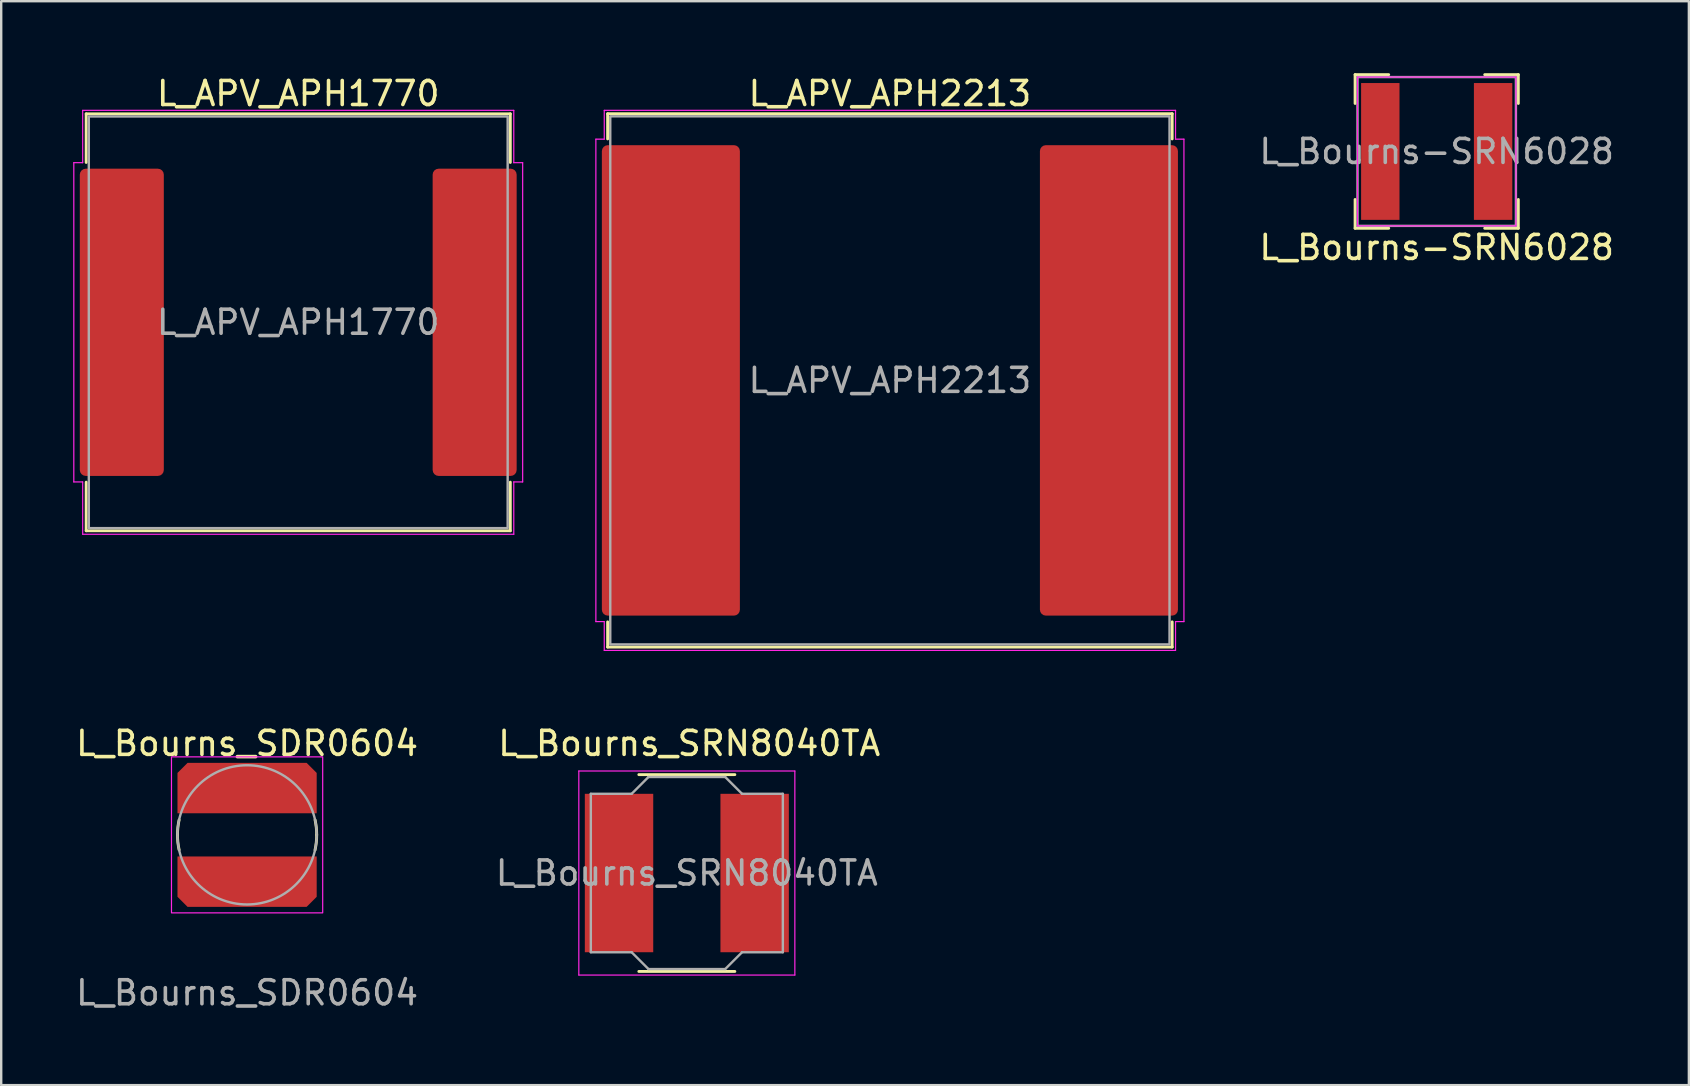
<source format=kicad_pcb>
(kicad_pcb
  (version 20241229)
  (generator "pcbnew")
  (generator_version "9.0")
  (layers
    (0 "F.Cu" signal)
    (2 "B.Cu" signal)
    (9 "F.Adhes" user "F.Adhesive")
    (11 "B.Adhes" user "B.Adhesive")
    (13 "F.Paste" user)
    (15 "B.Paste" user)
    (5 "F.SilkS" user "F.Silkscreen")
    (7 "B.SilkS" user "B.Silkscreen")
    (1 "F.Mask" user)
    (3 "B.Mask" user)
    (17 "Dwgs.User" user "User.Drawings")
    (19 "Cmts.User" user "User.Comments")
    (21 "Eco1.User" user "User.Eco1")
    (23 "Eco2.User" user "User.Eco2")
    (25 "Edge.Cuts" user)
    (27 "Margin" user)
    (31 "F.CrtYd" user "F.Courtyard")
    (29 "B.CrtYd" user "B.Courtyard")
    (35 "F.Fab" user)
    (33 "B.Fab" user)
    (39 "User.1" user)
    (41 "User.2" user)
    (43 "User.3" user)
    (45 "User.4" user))
  (footprint "L_Bourns_SRN8040TA"
    (layer "F.Cu")
    (at 25.565 33.322)
    (property "Reference" "L_Bourns_SRN8040TA" (at 0.1 -5.4 180) (layer "F.SilkS") (effects (font (size 1 1) (thickness 0.15))))
    (attr smd)
    (fp_line (start 2 -4.1) (end -2 -4.1) (stroke (width 0.12) (type solid)) (layer "F.SilkS"))
    (fp_line (start 2 4.1) (end -2 4.1) (stroke (width 0.12) (type solid)) (layer "F.SilkS"))
    (fp_line (start -4.5 -4.25) (end -4.5 4.25) (stroke (width 0.05) (type solid)) (layer "F.CrtYd"))
    (fp_line (start -4.5 4.25) (end 4.5 4.25) (stroke (width 0.05) (type solid)) (layer "F.CrtYd"))
    (fp_line (start 4.5 -4.25) (end -4.5 -4.25) (stroke (width 0.05) (type solid)) (layer "F.CrtYd"))
    (fp_line (start 4.5 4.25) (end 4.5 -4.25) (stroke (width 0.05) (type solid)) (layer "F.CrtYd"))
    (fp_line (start -4 3.3) (end -4 -3.3) (stroke (width 0.1) (type solid)) (layer "F.Fab"))
    (fp_line (start -2.3 -3.3) (end -4 -3.3) (stroke (width 0.1) (type solid)) (layer "F.Fab"))
    (fp_line (start -2.3 3.3) (end -4 3.3) (stroke (width 0.1) (type solid)) (layer "F.Fab"))
    (fp_line (start -1.6 -4) (end -2.3 -3.3) (stroke (width 0.1) (type solid)) (layer "F.Fab"))
    (fp_line (start -1.6 4) (end -2.3 3.3) (stroke (width 0.1) (type solid)) (layer "F.Fab"))
    (fp_line (start 1.6 -4) (end -1.6 -4) (stroke (width 0.1) (type solid)) (layer "F.Fab"))
    (fp_line (start 1.6 -4) (end 2.3 -3.3) (stroke (width 0.1) (type solid)) (layer "F.Fab"))
    (fp_line (start 1.6 4) (end -1.6 4) (stroke (width 0.1) (type solid)) (layer "F.Fab"))
    (fp_line (start 1.6 4) (end 2.3 3.3) (stroke (width 0.1) (type solid)) (layer "F.Fab"))
    (fp_line (start 2.3 -3.3) (end 4 -3.3) (stroke (width 0.1) (type solid)) (layer "F.Fab"))
    (fp_line (start 2.3 3.3) (end 4 3.3) (stroke (width 0.1) (type solid)) (layer "F.Fab"))
    (fp_line (start 4 -3.3) (end 4 3.3) (stroke (width 0.1) (type solid)) (layer "F.Fab"))
    (fp_text user "${REFERENCE}" (at 0 0 0) (layer "F.Fab") (effects (font (size 1 1) (thickness 0.15))))
    (pad "1" smd rect (at -2.825 0 270) (size 6.6 2.85) (layers "F.Cu" "F.Mask" "F.Paste"))
    (pad "2" smd rect (at 2.825 0 270) (size 6.6 2.85) (layers "F.Cu" "F.Mask" "F.Paste")))
  (footprint "L_Bourns_SDR0604"
    (layer "F.Cu")
    (at 7.244 31.732)
    (property "Reference" "L_Bourns_SDR0604" (at 0 -3.81 0) (unlocked yes) (layer "F.SilkS") (effects (font (size 1 1) (thickness 0.15))))
    (attr smd)
    (fp_arc (start -2.9 0) (mid -2.883018 -0.313385) (end -2.832269 -0.623099) (stroke (width 0.12) (type default)) (layer "F.SilkS"))
    (fp_arc (start -2.831919 0.624688) (mid -2.88293 0.314193) (end -2.9 0) (stroke (width 0.12) (type default)) (layer "F.SilkS"))
    (fp_arc (start 2.832559 -0.621781) (mid 2.883091 -0.312714) (end 2.9 0) (stroke (width 0.12) (type default)) (layer "F.SilkS"))
    (fp_arc (start 2.9 0) (mid 2.882818 0.3166) (end 2.831472 0.62948) (stroke (width 0.12) (type default)) (layer "F.SilkS"))
    (fp_rect (start -3.15 -3.25) (end 3.15 3.25) (stroke (width 0.05) (type default)) (fill no) (layer "F.CrtYd"))
    (fp_circle (center 0 0) (end 2.9 0) (stroke (width 0.1) (type default)) (fill no) (layer "F.Fab"))
    (fp_text user "${REFERENCE}" (at 0 6.58 0) (unlocked yes) (layer "F.Fab") (effects (font (size 1 1) (thickness 0.15))))
    (pad "1" smd roundrect (at 0 -1.95) (size 5.8 2.1) (layers "F.Cu" "F.Mask" "F.Paste") (roundrect_rratio 0) (chamfer_ratio 0.2) (chamfer top_left top_right))
    (pad "2" smd roundrect (at 0 1.95 180) (size 5.8 2.1) (layers "F.Cu" "F.Mask" "F.Paste") (roundrect_rratio 0) (chamfer_ratio 0.2) (chamfer top_left top_right)))
  (footprint "L_APV_APH2213"
    (layer "F.Cu")
    (at 34.025 12.798)
    (property "Reference" "L_APV_APH2213" (at 0 -11.95 0) (layer "F.SilkS") (effects (font (size 1 1) (thickness 0.15))))
    (attr smd)
    (fp_line (start -11.76 -11.11) (end 11.76 -11.11) (stroke (width 0.12) (type solid)) (layer "F.SilkS"))
    (fp_line (start -11.76 -10.06) (end -11.76 -11.11) (stroke (width 0.12) (type solid)) (layer "F.SilkS"))
    (fp_line (start -11.76 11.11) (end -11.76 10.06) (stroke (width 0.12) (type solid)) (layer "F.SilkS"))
    (fp_line (start 11.76 -11.11) (end 11.76 -10.06) (stroke (width 0.12) (type solid)) (layer "F.SilkS"))
    (fp_line (start 11.76 10.06) (end 11.76 11.11) (stroke (width 0.12) (type solid)) (layer "F.SilkS"))
    (fp_line (start 11.76 11.11) (end -11.76 11.11) (stroke (width 0.12) (type solid)) (layer "F.SilkS"))
    (fp_line (start -12.25 -10.05) (end -11.9 -10.05) (stroke (width 0.05) (type solid)) (layer "F.CrtYd"))
    (fp_line (start -12.25 10.05) (end -12.25 -10.05) (stroke (width 0.05) (type solid)) (layer "F.CrtYd"))
    (fp_line (start -11.9 -11.25) (end 11.9 -11.25) (stroke (width 0.05) (type solid)) (layer "F.CrtYd"))
    (fp_line (start -11.9 -10.05) (end -11.9 -11.25) (stroke (width 0.05) (type solid)) (layer "F.CrtYd"))
    (fp_line (start -11.9 10.05) (end -12.25 10.05) (stroke (width 0.05) (type solid)) (layer "F.CrtYd"))
    (fp_line (start -11.9 11.25) (end -11.9 10.05) (stroke (width 0.05) (type solid)) (layer "F.CrtYd"))
    (fp_line (start 11.9 -11.25) (end 11.9 -10.05) (stroke (width 0.05) (type solid)) (layer "F.CrtYd"))
    (fp_line (start 11.9 -10.05) (end 12.25 -10.05) (stroke (width 0.05) (type solid)) (layer "F.CrtYd"))
    (fp_line (start 11.9 10.05) (end 11.9 11.25) (stroke (width 0.05) (type solid)) (layer "F.CrtYd"))
    (fp_line (start 11.9 11.25) (end -11.9 11.25) (stroke (width 0.05) (type solid)) (layer "F.CrtYd"))
    (fp_line (start 12.25 -10.05) (end 12.25 10.05) (stroke (width 0.05) (type solid)) (layer "F.CrtYd"))
    (fp_line (start 12.25 10.05) (end 11.9 10.05) (stroke (width 0.05) (type solid)) (layer "F.CrtYd"))
    (fp_rect (start -11.65 -11) (end 11.65 11) (stroke (width 0.1) (type solid)) (fill no) (layer "F.Fab"))
    (fp_text user "${REFERENCE}" (at 0 0 0) (layer "F.Fab") (effects (font (size 1 1) (thickness 0.15))))
    (pad "1" smd roundrect (at -9.125 0) (size 5.75 19.6) (layers "F.Cu" "F.Mask" "F.Paste") (roundrect_rratio 0.043))
    (pad "2" smd roundrect (at 9.125 0) (size 5.75 19.6) (layers "F.Cu" "F.Mask" "F.Paste") (roundrect_rratio 0.043)))
  (footprint "L_Bourns-SRN6028"
    (layer "F.Cu")
    (at 56.806 3.26)
    (property "Reference" "L_Bourns-SRN6028" (at 0 4 0) (layer "F.SilkS") (effects (font (size 1 1) (thickness 0.15))))
    (attr smd)
    (fp_line (start -3.4 -3.2) (end -3.4 -2) (stroke (width 0.12) (type solid)) (layer "F.SilkS"))
    (fp_line (start -3.4 -3.2) (end -2 -3.2) (stroke (width 0.12) (type solid)) (layer "F.SilkS"))
    (fp_line (start -3.4 3.2) (end -3.4 2) (stroke (width 0.12) (type solid)) (layer "F.SilkS"))
    (fp_line (start -3.4 3.2) (end -2 3.2) (stroke (width 0.12) (type solid)) (layer "F.SilkS"))
    (fp_line (start 3.4 -3.2) (end 2 -3.2) (stroke (width 0.12) (type solid)) (layer "F.SilkS"))
    (fp_line (start 3.4 -3.2) (end 3.4 -2) (stroke (width 0.12) (type solid)) (layer "F.SilkS"))
    (fp_line (start 3.4 3.2) (end 2 3.2) (stroke (width 0.12) (type solid)) (layer "F.SilkS"))
    (fp_line (start 3.4 3.2) (end 3.4 2) (stroke (width 0.12) (type solid)) (layer "F.SilkS"))
    (fp_line (start -3.3 -3.1) (end -3.3 3.1) (stroke (width 0.05) (type solid)) (layer "F.CrtYd"))
    (fp_line (start -3.3 -3.1) (end 3.3 -3.1) (stroke (width 0.05) (type solid)) (layer "F.CrtYd"))
    (fp_line (start 3.3 -3.1) (end 3.3 3.1) (stroke (width 0.05) (type solid)) (layer "F.CrtYd"))
    (fp_line (start 3.3 3.1) (end -3.3 3.1) (stroke (width 0.05) (type solid)) (layer "F.CrtYd"))
    (fp_line (start -3.3 -3.1) (end -3.3 3.1) (stroke (width 0.1) (type solid)) (layer "F.Fab"))
    (fp_line (start -3.3 -3.1) (end 3.3 -3.1) (stroke (width 0.1) (type solid)) (layer "F.Fab"))
    (fp_line (start 3.3 -3.1) (end 3.3 3.1) (stroke (width 0.1) (type solid)) (layer "F.Fab"))
    (fp_line (start 3.3 3.1) (end -3.3 3.1) (stroke (width 0.1) (type solid)) (layer "F.Fab"))
    (fp_text user "${REFERENCE}" (at 0 0 0) (layer "F.Fab") (effects (font (size 1 1) (thickness 0.15))))
    (pad "1" smd rect (at -2.35 0) (size 1.6 5.7) (layers "F.Cu" "F.Mask" "F.Paste"))
    (pad "2" smd rect (at 2.35 0) (size 1.6 5.7) (layers "F.Cu" "F.Mask" "F.Paste")))
  (footprint "L_APV_APH1770"
    (layer "F.Cu")
    (at 9.375 10.378)
    (property "Reference" "L_APV_APH1770" (at 0 -9.53 0) (layer "F.SilkS") (effects (font (size 1 1) (thickness 0.15))))
    (attr smd)
    (fp_line (start -8.835 -8.685) (end 8.835 -8.685) (stroke (width 0.12) (type solid)) (layer "F.SilkS"))
    (fp_line (start -8.835 -6.66) (end -8.835 -8.685) (stroke (width 0.12) (type solid)) (layer "F.SilkS"))
    (fp_line (start -8.835 8.685) (end -8.835 6.66) (stroke (width 0.12) (type solid)) (layer "F.SilkS"))
    (fp_line (start 8.835 -8.685) (end 8.835 -6.66) (stroke (width 0.12) (type solid)) (layer "F.SilkS"))
    (fp_line (start 8.835 6.66) (end 8.835 8.685) (stroke (width 0.12) (type solid)) (layer "F.SilkS"))
    (fp_line (start 8.835 8.685) (end -8.835 8.685) (stroke (width 0.12) (type solid)) (layer "F.SilkS"))
    (fp_line (start -9.35 -6.65) (end -8.98 -6.65) (stroke (width 0.05) (type solid)) (layer "F.CrtYd"))
    (fp_line (start -9.35 6.65) (end -9.35 -6.65) (stroke (width 0.05) (type solid)) (layer "F.CrtYd"))
    (fp_line (start -8.98 -8.83) (end 8.98 -8.83) (stroke (width 0.05) (type solid)) (layer "F.CrtYd"))
    (fp_line (start -8.98 -6.65) (end -8.98 -8.83) (stroke (width 0.05) (type solid)) (layer "F.CrtYd"))
    (fp_line (start -8.98 6.65) (end -9.35 6.65) (stroke (width 0.05) (type solid)) (layer "F.CrtYd"))
    (fp_line (start -8.98 8.83) (end -8.98 6.65) (stroke (width 0.05) (type solid)) (layer "F.CrtYd"))
    (fp_line (start 8.98 -8.83) (end 8.98 -6.65) (stroke (width 0.05) (type solid)) (layer "F.CrtYd"))
    (fp_line (start 8.98 -6.65) (end 9.35 -6.65) (stroke (width 0.05) (type solid)) (layer "F.CrtYd"))
    (fp_line (start 8.98 6.65) (end 8.98 8.83) (stroke (width 0.05) (type solid)) (layer "F.CrtYd"))
    (fp_line (start 8.98 8.83) (end -8.98 8.83) (stroke (width 0.05) (type solid)) (layer "F.CrtYd"))
    (fp_line (start 9.35 -6.65) (end 9.35 6.65) (stroke (width 0.05) (type solid)) (layer "F.CrtYd"))
    (fp_line (start 9.35 6.65) (end 8.98 6.65) (stroke (width 0.05) (type solid)) (layer "F.CrtYd"))
    (fp_rect (start -8.725 -8.575) (end 8.725 8.575) (stroke (width 0.1) (type solid)) (fill no) (layer "F.Fab"))
    (fp_text user "${REFERENCE}" (at 0 0 0) (layer "F.Fab") (effects (font (size 1 1) (thickness 0.15))))
    (pad "1" smd roundrect (at -7.35 0) (size 3.5 12.8) (layers "F.Cu" "F.Mask" "F.Paste") (roundrect_rratio 0.071))
    (pad "2" smd roundrect (at 7.35 0) (size 3.5 12.8) (layers "F.Cu" "F.Mask" "F.Paste") (roundrect_rratio 0.071)))
  (gr_rect
    (start -3 -3)
    (end 67.312 42.16)
    (stroke (width 0.1) (type default))
    (fill no)
    (layer "Edge.Cuts")))
</source>
